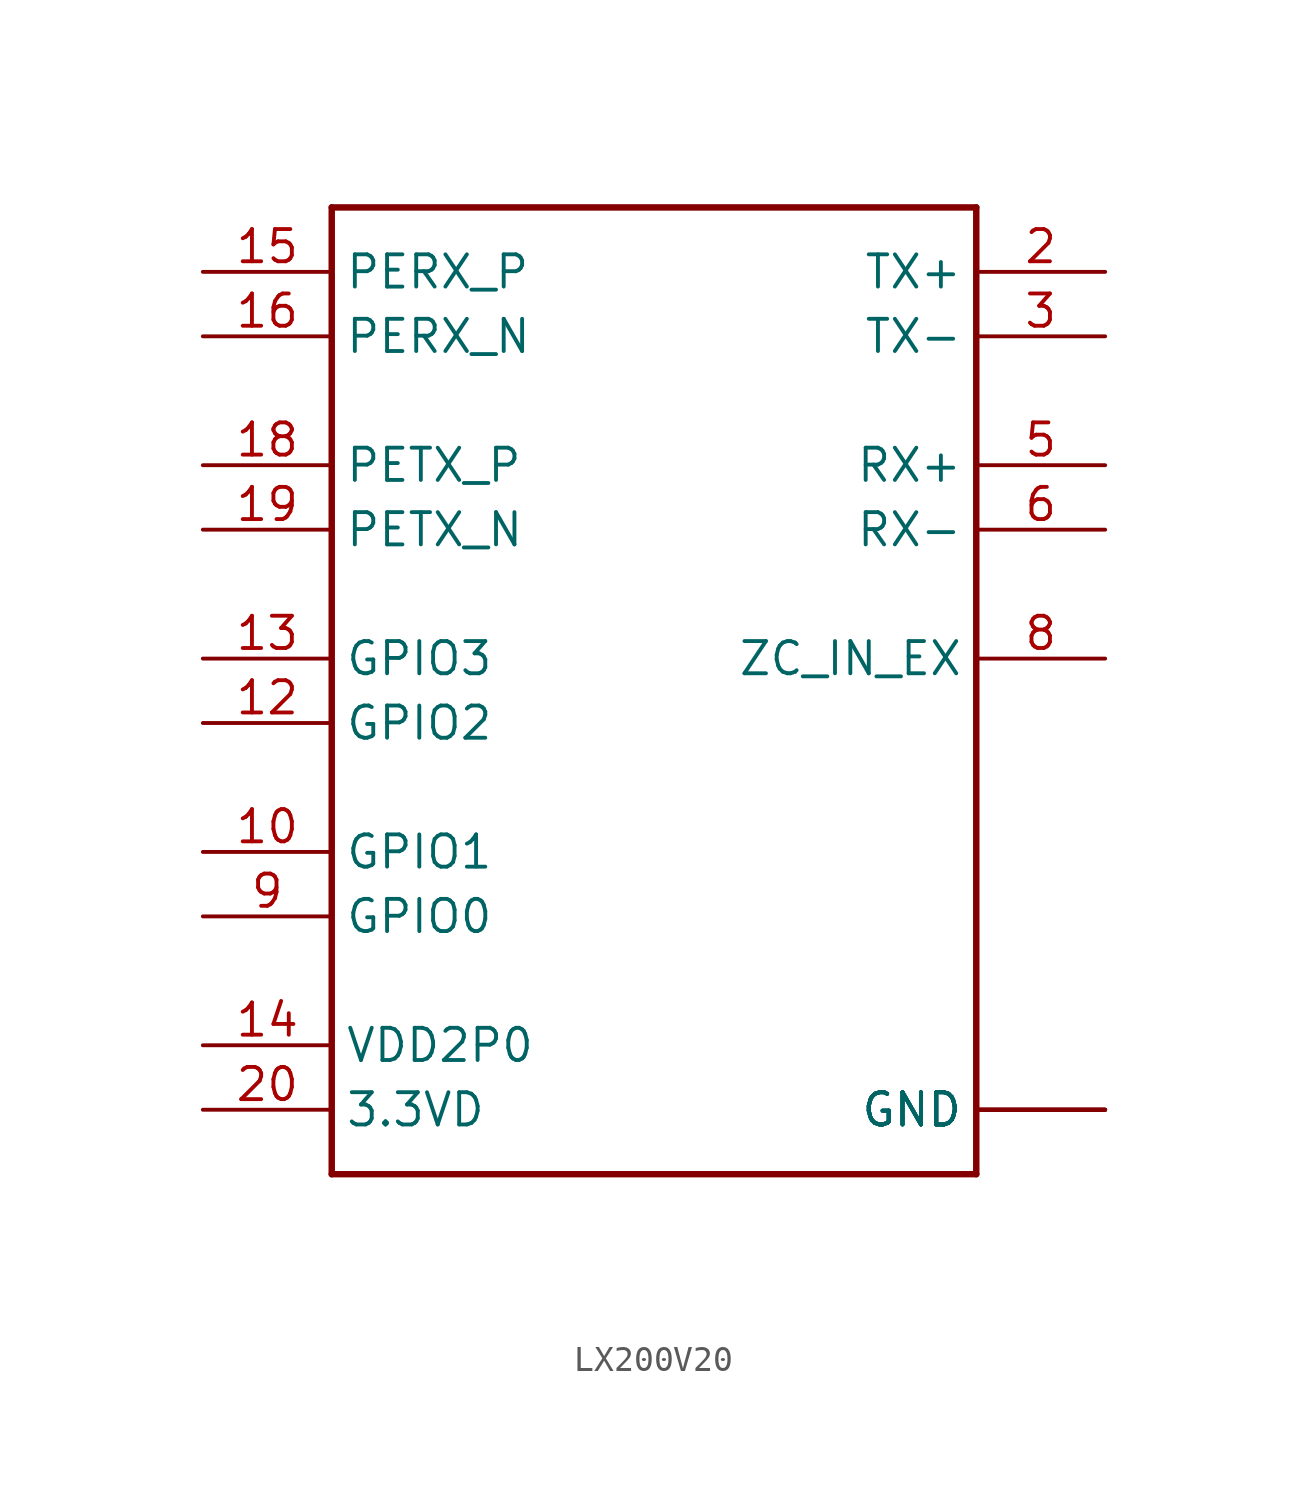
<source format=kicad_sym>
(kicad_symbol_lib
  (version 20231120)
  (generator "kicad_symbol_editor")
  (generator_version "8.0")
  (symbol "LX200V20"
    (property "Reference" ""
      (at -12.7 20.574 0)
      (effects (font (size 1.778 1.511)) (justify left bottom) (hide yes)))
    (property "Value" ""
      (at -12.7 -20.066 0)
      (effects (font (size 1.778 1.511)) (justify left bottom)))
    (property "ki_locked" ""
      (at 0 0 0)
      (effects (font (size 1.27 1.27))))
    (symbol "LX200V20_1_0"
      (polyline (pts (xy -12.7 -17.78) (xy -12.7 20.32)) (stroke (width 0.254) (type solid)) (fill (type none)))
      (polyline (pts (xy -12.7 20.32) (xy 12.7 20.32)) (stroke (width 0.254) (type solid)) (fill (type none)))
      (polyline (pts (xy 12.7 -17.78) (xy -12.7 -17.78)) (stroke (width 0.254) (type solid)) (fill (type none)))
      (polyline (pts (xy 12.7 20.32) (xy 12.7 -17.78)) (stroke (width 0.254) (type solid)) (fill (type none)))
      (pin bidirectional line (at 17.78 -15.24 180) (length 5.08) (name "GND" (effects (font (size 1.27 1.27)))) (number "1" (effects (font (size 0 0)))))
      (pin bidirectional line (at -17.78 -5.08 0) (length 5.08) (name "GPIO1" (effects (font (size 1.27 1.27)))) (number "10" (effects (font (size 1.27 1.27)))))
      (pin bidirectional line (at 17.78 -15.24 180) (length 5.08) (name "GND" (effects (font (size 1.27 1.27)))) (number "11" (effects (font (size 0 0)))))
      (pin bidirectional line (at -17.78 0 0) (length 5.08) (name "GPIO2" (effects (font (size 1.27 1.27)))) (number "12" (effects (font (size 1.27 1.27)))))
      (pin bidirectional line (at -17.78 2.54 0) (length 5.08) (name "GPIO3" (effects (font (size 1.27 1.27)))) (number "13" (effects (font (size 1.27 1.27)))))
      (pin bidirectional line (at -17.78 -12.7 0) (length 5.08) (name "VDD2P0" (effects (font (size 1.27 1.27)))) (number "14" (effects (font (size 1.27 1.27)))))
      (pin bidirectional line (at -17.78 17.78 0) (length 5.08) (name "PERX_P" (effects (font (size 1.27 1.27)))) (number "15" (effects (font (size 1.27 1.27)))))
      (pin bidirectional line (at -17.78 15.24 0) (length 5.08) (name "PERX_N" (effects (font (size 1.27 1.27)))) (number "16" (effects (font (size 1.27 1.27)))))
      (pin bidirectional line (at 17.78 -15.24 180) (length 5.08) (name "GND" (effects (font (size 1.27 1.27)))) (number "17" (effects (font (size 0 0)))))
      (pin bidirectional line (at -17.78 10.16 0) (length 5.08) (name "PETX_P" (effects (font (size 1.27 1.27)))) (number "18" (effects (font (size 1.27 1.27)))))
      (pin bidirectional line (at -17.78 7.62 0) (length 5.08) (name "PETX_N" (effects (font (size 1.27 1.27)))) (number "19" (effects (font (size 1.27 1.27)))))
      (pin bidirectional line (at 17.78 17.78 180) (length 5.08) (name "TX+" (effects (font (size 1.27 1.27)))) (number "2" (effects (font (size 1.27 1.27)))))
      (pin bidirectional line (at -17.78 -15.24 0) (length 5.08) (name "3.3VD" (effects (font (size 1.27 1.27)))) (number "20" (effects (font (size 1.27 1.27)))))
      (pin bidirectional line (at 17.78 15.24 180) (length 5.08) (name "TX-" (effects (font (size 1.27 1.27)))) (number "3" (effects (font (size 1.27 1.27)))))
      (pin bidirectional line (at 17.78 -15.24 180) (length 5.08) (name "GND" (effects (font (size 1.27 1.27)))) (number "4" (effects (font (size 0 0)))))
      (pin bidirectional line (at 17.78 10.16 180) (length 5.08) (name "RX+" (effects (font (size 1.27 1.27)))) (number "5" (effects (font (size 1.27 1.27)))))
      (pin bidirectional line (at 17.78 7.62 180) (length 5.08) (name "RX-" (effects (font (size 1.27 1.27)))) (number "6" (effects (font (size 1.27 1.27)))))
      (pin bidirectional line (at 17.78 -15.24 180) (length 5.08) (name "GND" (effects (font (size 1.27 1.27)))) (number "7" (effects (font (size 0 0)))))
      (pin bidirectional line (at 17.78 2.54 180) (length 5.08) (name "ZC_IN_EX" (effects (font (size 1.27 1.27)))) (number "8" (effects (font (size 1.27 1.27)))))
      (pin bidirectional line (at -17.78 -7.62 0) (length 5.08) (name "GPIO0" (effects (font (size 1.27 1.27)))) (number "9" (effects (font (size 1.27 1.27))))))))
</source>
